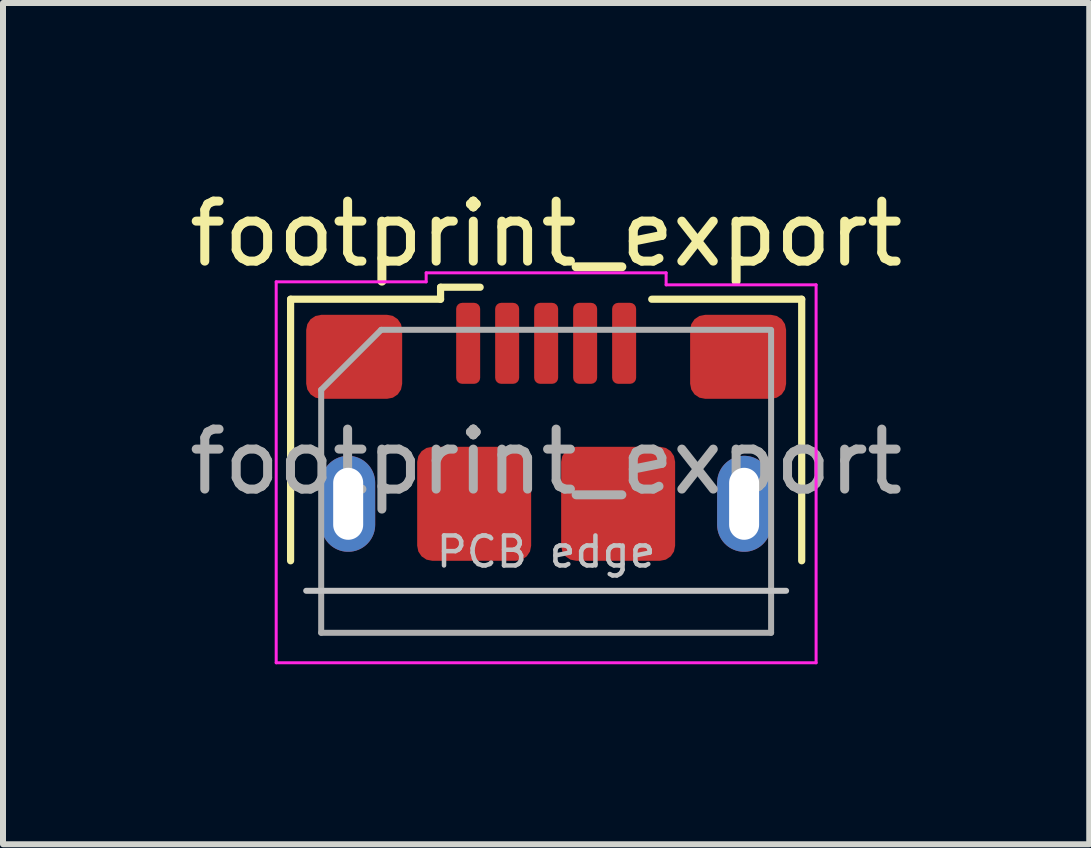
<source format=kicad_pcb>
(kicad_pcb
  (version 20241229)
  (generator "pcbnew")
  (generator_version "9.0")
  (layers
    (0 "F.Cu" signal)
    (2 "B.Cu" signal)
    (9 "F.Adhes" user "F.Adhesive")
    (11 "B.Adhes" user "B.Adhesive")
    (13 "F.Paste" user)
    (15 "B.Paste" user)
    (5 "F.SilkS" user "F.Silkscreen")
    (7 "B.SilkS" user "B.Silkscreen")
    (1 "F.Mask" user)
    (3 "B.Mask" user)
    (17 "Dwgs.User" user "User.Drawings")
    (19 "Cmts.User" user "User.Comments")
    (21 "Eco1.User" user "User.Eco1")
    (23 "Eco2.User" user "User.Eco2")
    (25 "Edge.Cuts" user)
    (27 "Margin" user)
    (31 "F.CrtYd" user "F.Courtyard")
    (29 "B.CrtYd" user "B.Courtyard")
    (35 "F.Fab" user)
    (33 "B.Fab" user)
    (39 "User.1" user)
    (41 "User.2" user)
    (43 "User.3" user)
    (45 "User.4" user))
  (footprint "footprint_export"
    (layer "F.Cu")
    (at 6.054 5.348)
    (property "Reference" "footprint_export" (at 0 -4.5 0) (layer "F.SilkS") (effects (font (size 1 1) (thickness 0.15))))
    (attr smd)
    (fp_line (start -4.26 -3.41) (end -4.26 0.95) (stroke (width 0.12) (type solid)) (layer "F.SilkS"))
    (fp_line (start -4.26 -3.41) (end -1.76 -3.41) (stroke (width 0.12) (type default)) (layer "F.SilkS"))
    (fp_line (start -1.76 -3.41) (end -1.76 -3.61) (stroke (width 0.12) (type default)) (layer "F.SilkS"))
    (fp_line (start -1.1 -3.61) (end -1.76 -3.61) (stroke (width 0.12) (type default)) (layer "F.SilkS"))
    (fp_line (start 1.76 -3.41) (end 4.26 -3.41) (stroke (width 0.12) (type default)) (layer "F.SilkS"))
    (fp_line (start 4.26 -3.41) (end 4.26 0.95) (stroke (width 0.12) (type solid)) (layer "F.SilkS"))
    (fp_line (start -4 1.45) (end 4 1.45) (stroke (width 0.1) (type solid)) (layer "Dwgs.User"))
    (fp_line (start -4.5 -3.7) (end -4.5 2.65) (stroke (width 0.05) (type solid)) (layer "F.CrtYd"))
    (fp_line (start -4.5 -3.7) (end -2 -3.7) (stroke (width 0.05) (type default)) (layer "F.CrtYd"))
    (fp_line (start -2 -3.85) (end 2 -3.85) (stroke (width 0.05) (type solid)) (layer "F.CrtYd"))
    (fp_line (start -2 -3.7) (end -2 -3.85) (stroke (width 0.05) (type default)) (layer "F.CrtYd"))
    (fp_line (start 2 -3.65) (end 2 -3.85) (stroke (width 0.05) (type default)) (layer "F.CrtYd"))
    (fp_line (start 4.5 -3.65) (end 2 -3.65) (stroke (width 0.05) (type default)) (layer "F.CrtYd"))
    (fp_line (start 4.5 2.65) (end -4.5 2.65) (stroke (width 0.05) (type solid)) (layer "F.CrtYd"))
    (fp_line (start 4.5 2.65) (end 4.5 -3.65) (stroke (width 0.05) (type solid)) (layer "F.CrtYd"))
    (fp_line (start -3.75 -1.9) (end -3.75 2.15) (stroke (width 0.1) (type solid)) (layer "F.Fab"))
    (fp_line (start -3.75 -1.9) (end -2.75 -2.9) (stroke (width 0.1) (type default)) (layer "F.Fab"))
    (fp_line (start -3.75 2.15) (end 3.75 2.15) (stroke (width 0.1) (type solid)) (layer "F.Fab"))
    (fp_line (start 3.73 -2.9) (end -2.75 -2.9) (stroke (width 0.1) (type solid)) (layer "F.Fab"))
    (fp_line (start 3.75 2.15) (end 3.75 -2.9) (stroke (width 0.1) (type solid)) (layer "F.Fab"))
    (fp_text user "PCB edge" (at 0 0.8 0) (layer "Dwgs.User") (effects (font (size 0.5 0.5) (thickness 0.075))))
    (fp_text user "${REFERENCE}" (at 0 -0.7 0) (layer "F.Fab") (effects (font (size 1 1) (thickness 0.15))))
    (pad "1" smd roundrect (at -1.3 -2.675) (size 0.4 1.35) (layers "F.Cu" "F.Mask" "F.Paste") (roundrect_rratio 0.25))
    (pad "2" smd roundrect (at -0.65 -2.675) (size 0.4 1.35) (layers "F.Cu" "F.Mask" "F.Paste") (roundrect_rratio 0.25))
    (pad "3" smd roundrect (at 0 -2.675) (size 0.4 1.35) (layers "F.Cu" "F.Mask" "F.Paste") (roundrect_rratio 0.25))
    (pad "4" smd roundrect (at 0.65 -2.675) (size 0.4 1.35) (layers "F.Cu" "F.Mask" "F.Paste") (roundrect_rratio 0.25))
    (pad "5" smd roundrect (at 1.3 -2.675) (size 0.4 1.35) (layers "F.Cu" "F.Mask" "F.Paste") (roundrect_rratio 0.25))
    (pad "6" thru_hole oval (at -3.3 0 90) (size 1.6 0.9) (drill oval 1.2 0.5) (layers "*.Cu" "*.Mask" "F.Paste"))
    (pad "6" smd roundrect (at -3.2 -2.45) (size 1.6 1.4) (layers "F.Cu" "F.Mask" "F.Paste") (roundrect_rratio 0.179))
    (pad "6" smd roundrect (at -1.2 0) (size 1.9 1.9) (layers "F.Cu" "F.Mask" "F.Paste") (roundrect_rratio 0.132))
    (pad "6" smd roundrect (at 1.2 0) (size 1.9 1.9) (layers "F.Cu" "F.Mask" "F.Paste") (roundrect_rratio 0.132))
    (pad "6" smd roundrect (at 3.2 -2.45) (size 1.6 1.4) (layers "F.Cu" "F.Mask" "F.Paste") (roundrect_rratio 0.179))
    (pad "6" thru_hole oval (at 3.3 0 90) (size 1.6 0.9) (drill oval 1.2 0.5) (layers "*.Cu" "*.Mask" "F.Paste")))
  (gr_rect
    (start -3 -3)
    (end 15.107 11.023)
    (stroke (width 0.1) (type default))
    (fill no)
    (layer "Edge.Cuts")))
</source>
